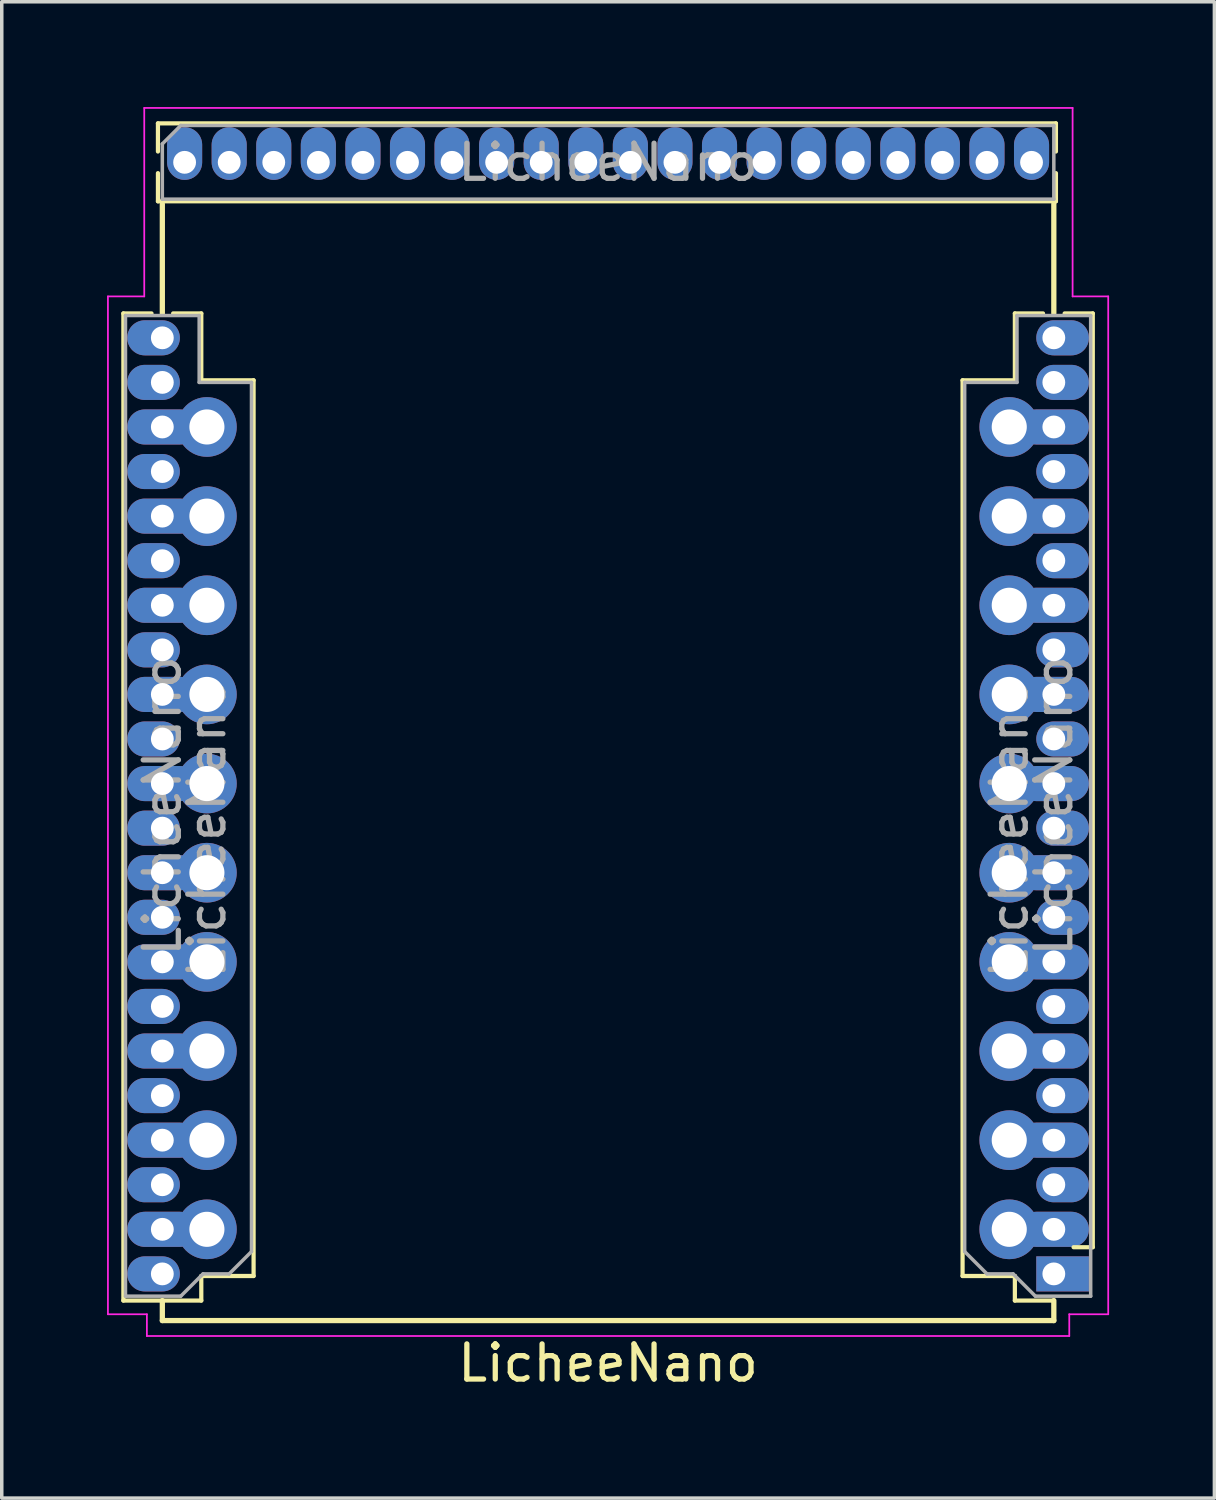
<source format=kicad_pcb>
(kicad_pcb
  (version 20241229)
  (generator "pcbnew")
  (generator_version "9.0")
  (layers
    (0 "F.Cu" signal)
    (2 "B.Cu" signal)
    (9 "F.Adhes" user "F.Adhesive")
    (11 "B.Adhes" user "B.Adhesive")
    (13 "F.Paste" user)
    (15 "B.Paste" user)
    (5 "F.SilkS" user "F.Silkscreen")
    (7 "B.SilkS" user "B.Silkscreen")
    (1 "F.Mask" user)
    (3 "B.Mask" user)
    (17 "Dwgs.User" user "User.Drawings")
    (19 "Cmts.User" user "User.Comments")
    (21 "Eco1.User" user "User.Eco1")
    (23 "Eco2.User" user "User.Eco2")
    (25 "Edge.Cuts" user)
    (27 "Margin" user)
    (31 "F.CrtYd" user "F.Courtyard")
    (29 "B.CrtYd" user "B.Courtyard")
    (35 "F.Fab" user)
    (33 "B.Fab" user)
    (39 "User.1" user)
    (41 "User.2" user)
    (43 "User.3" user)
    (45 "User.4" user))
  (footprint "LicheeNano"
    (layer "F.Cu")
    (at 14.275 18.075)
    (property "Reference" "LicheeNano" (at 0 17.71 0) (layer "F.SilkS") (effects (font (size 1 1) (thickness 0.15))))
    (attr through_hole)
    (fp_line (start -13.81 15.93) (end -13.81 -12.195) (stroke (width 0.12) (type solid)) (layer "F.SilkS"))
    (fp_line (start -13.008 -12.195) (end -13.81 -12.195) (stroke (width 0.12) (type solid)) (layer "F.SilkS"))
    (fp_line (start -12.825 -17.61) (end -12.825 -16.808) (stroke (width 0.12) (type solid)) (layer "F.SilkS"))
    (fp_line (start -12.825 -17.61) (end 12.76 -17.61) (stroke (width 0.12) (type solid)) (layer "F.SilkS"))
    (fp_line (start -12.825 -16.192) (end -12.825 -15.39) (stroke (width 0.12) (type solid)) (layer "F.SilkS"))
    (fp_line (start -12.825 -15.39) (end 12.76 -15.39) (stroke (width 0.12) (type solid)) (layer "F.SilkS"))
    (fp_line (start -12.7 -12.195) (end -12.7 -15.31) (stroke (width 0.15) (type solid)) (layer "F.SilkS"))
    (fp_line (start -12.7 16.5) (end -12.7 15.93) (stroke (width 0.15) (type solid)) (layer "F.SilkS"))
    (fp_line (start -11.59 -12.195) (end -12.392 -12.195) (stroke (width 0.12) (type solid)) (layer "F.SilkS"))
    (fp_line (start -11.59 -10.29) (end -11.59 -12.195) (stroke (width 0.12) (type solid)) (layer "F.SilkS"))
    (fp_line (start -11.59 15.23) (end -11.59 15.93) (stroke (width 0.12) (type solid)) (layer "F.SilkS"))
    (fp_line (start -11.59 15.93) (end -13.81 15.93) (stroke (width 0.12) (type solid)) (layer "F.SilkS"))
    (fp_line (start -10.1 -10.29) (end -11.59 -10.29) (stroke (width 0.12) (type solid)) (layer "F.SilkS"))
    (fp_line (start -10.1 15.23) (end -11.59 15.23) (stroke (width 0.12) (type solid)) (layer "F.SilkS"))
    (fp_line (start -10.1 15.23) (end -10.1 -10.29) (stroke (width 0.12) (type solid)) (layer "F.SilkS"))
    (fp_line (start 10.1 -10.29) (end 11.59 -10.29) (stroke (width 0.12) (type solid)) (layer "F.SilkS"))
    (fp_line (start 10.1 15.23) (end 10.1 -10.29) (stroke (width 0.12) (type solid)) (layer "F.SilkS"))
    (fp_line (start 10.1 15.23) (end 11.59 15.23) (stroke (width 0.12) (type solid)) (layer "F.SilkS"))
    (fp_line (start 11.59 -12.195) (end 12.392 -12.195) (stroke (width 0.12) (type solid)) (layer "F.SilkS"))
    (fp_line (start 11.59 -10.29) (end 11.59 -12.195) (stroke (width 0.12) (type solid)) (layer "F.SilkS"))
    (fp_line (start 11.59 15.23) (end 11.59 15.93) (stroke (width 0.12) (type solid)) (layer "F.SilkS"))
    (fp_line (start 11.59 15.93) (end 12.7 15.93) (stroke (width 0.12) (type solid)) (layer "F.SilkS"))
    (fp_line (start 12.7 -12.195) (end 12.7 -15.31) (stroke (width 0.15) (type solid)) (layer "F.SilkS"))
    (fp_line (start 12.7 16.5) (end -12.7 16.5) (stroke (width 0.15) (type solid)) (layer "F.SilkS"))
    (fp_line (start 12.7 16.5) (end 12.7 15.93) (stroke (width 0.15) (type solid)) (layer "F.SilkS"))
    (fp_line (start 12.76 -17.61) (end 12.76 -16.808) (stroke (width 0.12) (type solid)) (layer "F.SilkS"))
    (fp_line (start 12.76 -16.192) (end 12.76 -15.39) (stroke (width 0.12) (type solid)) (layer "F.SilkS"))
    (fp_line (start 13.008 -12.195) (end 13.81 -12.195) (stroke (width 0.12) (type solid)) (layer "F.SilkS"))
    (fp_line (start 13.263 14.41) (end 13.81 14.41) (stroke (width 0.12) (type solid)) (layer "F.SilkS"))
    (fp_line (start 13.81 14.41) (end 13.81 -12.195) (stroke (width 0.12) (type solid)) (layer "F.SilkS"))
    (fp_line (start -14.25 -12.68) (end -14.25 16.32) (stroke (width 0.05) (type solid)) (layer "F.CrtYd"))
    (fp_line (start -14.25 16.32) (end -13.14 16.32) (stroke (width 0.05) (type solid)) (layer "F.CrtYd"))
    (fp_line (start -13.215 -18.05) (end 13.235 -18.05) (stroke (width 0.05) (type solid)) (layer "F.CrtYd"))
    (fp_line (start -13.215 -12.68) (end -14.25 -12.68) (stroke (width 0.05) (type solid)) (layer "F.CrtYd"))
    (fp_line (start -13.215 -12.68) (end -13.215 -18.05) (stroke (width 0.05) (type solid)) (layer "F.CrtYd"))
    (fp_line (start -13.14 16.94) (end -13.14 16.32) (stroke (width 0.05) (type solid)) (layer "F.CrtYd"))
    (fp_line (start 13.14 16.94) (end -13.14 16.94) (stroke (width 0.05) (type solid)) (layer "F.CrtYd"))
    (fp_line (start 13.14 16.94) (end 13.14 16.32) (stroke (width 0.05) (type solid)) (layer "F.CrtYd"))
    (fp_line (start 13.235 -18.05) (end 13.235 -12.68) (stroke (width 0.05) (type solid)) (layer "F.CrtYd"))
    (fp_line (start 13.235 -12.68) (end 14.25 -12.68) (stroke (width 0.05) (type solid)) (layer "F.CrtYd"))
    (fp_line (start 14.25 -12.68) (end 14.25 16.32) (stroke (width 0.05) (type solid)) (layer "F.CrtYd"))
    (fp_line (start 14.25 16.32) (end 13.14 16.32) (stroke (width 0.05) (type solid)) (layer "F.CrtYd"))
    (fp_line (start -13.75 -12.135) (end -11.65 -12.135) (stroke (width 0.1) (type solid)) (layer "F.Fab"))
    (fp_line (start -13.75 15.805) (end -13.75 -12.135) (stroke (width 0.1) (type solid)) (layer "F.Fab"))
    (fp_line (start -12.7 -17.025) (end -12.7 -15.45) (stroke (width 0.1) (type solid)) (layer "F.Fab"))
    (fp_line (start -12.7 -15.45) (end 12.7 -15.45) (stroke (width 0.1) (type solid)) (layer "F.Fab"))
    (fp_line (start -12.175 -17.55) (end -12.7 -17.025) (stroke (width 0.1) (type solid)) (layer "F.Fab"))
    (fp_line (start -12.175 15.805) (end -13.75 15.805) (stroke (width 0.1) (type solid)) (layer "F.Fab"))
    (fp_line (start -11.65 -10.23) (end -11.65 -12.135) (stroke (width 0.1) (type solid)) (layer "F.Fab"))
    (fp_line (start -11.65 -10.23) (end -10.16 -10.23) (stroke (width 0.1) (type solid)) (layer "F.Fab"))
    (fp_line (start -11.54 15.17) (end -12.175 15.805) (stroke (width 0.1) (type solid)) (layer "F.Fab"))
    (fp_line (start -10.795 15.17) (end -11.54 15.17) (stroke (width 0.1) (type solid)) (layer "F.Fab"))
    (fp_line (start -10.16 -10.23) (end -10.16 14.535) (stroke (width 0.1) (type solid)) (layer "F.Fab"))
    (fp_line (start -10.16 14.535) (end -10.795 15.17) (stroke (width 0.1) (type solid)) (layer "F.Fab"))
    (fp_line (start 10.16 -10.23) (end 10.16 14.535) (stroke (width 0.1) (type solid)) (layer "F.Fab"))
    (fp_line (start 10.16 14.535) (end 10.795 15.17) (stroke (width 0.1) (type solid)) (layer "F.Fab"))
    (fp_line (start 10.795 15.17) (end 11.54 15.17) (stroke (width 0.1) (type solid)) (layer "F.Fab"))
    (fp_line (start 11.54 15.17) (end 12.175 15.805) (stroke (width 0.1) (type solid)) (layer "F.Fab"))
    (fp_line (start 11.65 -10.23) (end 10.16 -10.23) (stroke (width 0.1) (type solid)) (layer "F.Fab"))
    (fp_line (start 11.65 -10.23) (end 11.65 -12.135) (stroke (width 0.1) (type solid)) (layer "F.Fab"))
    (fp_line (start 12.175 15.805) (end 13.75 15.805) (stroke (width 0.1) (type solid)) (layer "F.Fab"))
    (fp_line (start 12.7 -17.55) (end -12.175 -17.55) (stroke (width 0.1) (type solid)) (layer "F.Fab"))
    (fp_line (start 12.7 -15.45) (end 12.7 -17.55) (stroke (width 0.1) (type solid)) (layer "F.Fab"))
    (fp_line (start 13.75 -12.135) (end 11.65 -12.135) (stroke (width 0.1) (type solid)) (layer "F.Fab"))
    (fp_line (start 13.75 15.805) (end 13.75 -12.135) (stroke (width 0.1) (type solid)) (layer "F.Fab"))
    (fp_text user "${REFERENCE}" (at -12.7 1.835 270) (layer "F.Fab") (effects (font (size 1 1) (thickness 0.15))))
    (fp_text user "${REFERENCE}" (at 0 -16.5 0) (layer "F.Fab") (effects (font (size 1 1) (thickness 0.15))))
    (fp_text user "${REFERENCE}" (at 11.43 2.47 270) (layer "F.Fab") (effects (font (size 1 1) (thickness 0.15))))
    (fp_text user "${REFERENCE}" (at -11.43 2.47 270) (layer "F.Fab") (effects (font (size 1 1) (thickness 0.15))))
    (fp_text user "${REFERENCE}" (at 12.7 1.835 270) (layer "F.Fab") (effects (font (size 1 1) (thickness 0.15))))
    (pad "1" thru_hole rect (at 12.7 15.17 180) (size 1.5 1) (drill 0.65 (offset -0.25 0)) (layers "*.Cu" "*.Mask"))
    (pad "2" thru_hole circle (at 11.43 13.9 180) (size 1.7 1.7) (drill 1) (layers "*.Cu" "*.Mask"))
    (pad "2" thru_hole oval (at 12.7 13.9 180) (size 2 1) (drill 0.65) (layers "*.Cu" "*.Mask"))
    (pad "3" thru_hole oval (at 12.7 12.63 180) (size 1.5 1) (drill 0.65 (offset -0.25 0)) (layers "*.Cu" "*.Mask"))
    (pad "4" thru_hole oval (at 11.43 11.36 180) (size 1.7 1.7) (drill 1) (layers "*.Cu" "*.Mask"))
    (pad "4" thru_hole oval (at 12.7 11.36 180) (size 2 1) (drill 0.65) (layers "*.Cu" "*.Mask"))
    (pad "5" thru_hole oval (at 12.7 10.09 180) (size 1.5 1) (drill 0.65 (offset -0.25 0)) (layers "*.Cu" "*.Mask"))
    (pad "6" thru_hole oval (at 11.43 8.82 180) (size 1.7 1.7) (drill 1) (layers "*.Cu" "*.Mask"))
    (pad "6" thru_hole oval (at 12.7 8.82 180) (size 2 1) (drill 0.65) (layers "*.Cu" "*.Mask"))
    (pad "7" thru_hole oval (at 12.7 7.55 180) (size 1.5 1) (drill 0.65 (offset -0.25 0)) (layers "*.Cu" "*.Mask"))
    (pad "8" thru_hole oval (at 11.43 6.28 180) (size 1.7 1.7) (drill 1) (layers "*.Cu" "*.Mask"))
    (pad "8" thru_hole oval (at 12.7 6.28 180) (size 2 1) (drill 0.65) (layers "*.Cu" "*.Mask"))
    (pad "9" thru_hole oval (at 12.7 5.01 180) (size 1.5 1) (drill 0.65 (offset -0.25 0)) (layers "*.Cu" "*.Mask"))
    (pad "10" thru_hole oval (at 11.43 3.74 180) (size 1.7 1.7) (drill 1) (layers "*.Cu" "*.Mask"))
    (pad "10" thru_hole oval (at 12.7 3.74 180) (size 2 1) (drill 0.65) (layers "*.Cu" "*.Mask"))
    (pad "11" thru_hole oval (at 12.7 2.47 180) (size 1.5 1) (drill 0.65 (offset -0.25 0)) (layers "*.Cu" "*.Mask"))
    (pad "12" thru_hole oval (at 11.43 1.2 180) (size 1.7 1.7) (drill 1) (layers "*.Cu" "*.Mask"))
    (pad "12" thru_hole oval (at 12.7 1.2 180) (size 2 1) (drill 0.65) (layers "*.Cu" "*.Mask"))
    (pad "13" thru_hole oval (at 12.7 -0.07 180) (size 1.5 1) (drill 0.65 (offset -0.25 0)) (layers "*.Cu" "*.Mask"))
    (pad "14" thru_hole oval (at 11.43 -1.34 180) (size 1.7 1.7) (drill 1) (layers "*.Cu" "*.Mask"))
    (pad "14" thru_hole oval (at 12.7 -1.34 180) (size 2 1) (drill 0.65) (layers "*.Cu" "*.Mask"))
    (pad "15" thru_hole oval (at 12.7 -2.61 180) (size 1.5 1) (drill 0.65 (offset -0.25 0)) (layers "*.Cu" "*.Mask"))
    (pad "16" thru_hole oval (at 11.43 -3.88 180) (size 1.7 1.7) (drill 1) (layers "*.Cu" "*.Mask"))
    (pad "16" thru_hole oval (at 12.7 -3.88 180) (size 2 1) (drill 0.65) (layers "*.Cu" "*.Mask"))
    (pad "17" thru_hole oval (at 12.7 -5.15 180) (size 1.5 1) (drill 0.65 (offset -0.25 0)) (layers "*.Cu" "*.Mask"))
    (pad "18" thru_hole oval (at 11.43 -6.42 180) (size 1.7 1.7) (drill 1) (layers "*.Cu" "*.Mask"))
    (pad "18" thru_hole oval (at 12.7 -6.42 180) (size 2 1) (drill 0.65) (layers "*.Cu" "*.Mask"))
    (pad "19" thru_hole oval (at 12.7 -7.69 180) (size 1.5 1) (drill 0.65 (offset -0.25 0)) (layers "*.Cu" "*.Mask"))
    (pad "20" thru_hole oval (at 11.43 -8.96 180) (size 1.7 1.7) (drill 1) (layers "*.Cu" "*.Mask"))
    (pad "20" thru_hole oval (at 12.7 -8.96 180) (size 2 1) (drill 0.65) (layers "*.Cu" "*.Mask"))
    (pad "21" thru_hole oval (at 12.7 -10.23 180) (size 1.5 1) (drill 0.65 (offset -0.25 0)) (layers "*.Cu" "*.Mask"))
    (pad "22" thru_hole oval (at 12.7 -11.5 180) (size 1.5 1) (drill 0.65 (offset -0.25 0)) (layers "*.Cu" "*.Mask"))
    (pad "23" thru_hole oval (at 12.065 -16.5 270) (size 1.5 1) (drill 0.65 (offset -0.25 0)) (layers "*.Cu" "*.Mask"))
    (pad "24" thru_hole oval (at 10.795 -16.5 270) (size 1.5 1) (drill 0.65 (offset -0.25 0)) (layers "*.Cu" "*.Mask"))
    (pad "25" thru_hole oval (at 9.525 -16.5 270) (size 1.5 1) (drill 0.65 (offset -0.25 0)) (layers "*.Cu" "*.Mask"))
    (pad "26" thru_hole oval (at 8.255 -16.5 270) (size 1.5 1) (drill 0.65 (offset -0.25 0)) (layers "*.Cu" "*.Mask"))
    (pad "27" thru_hole oval (at 6.985 -16.5 270) (size 1.5 1) (drill 0.65 (offset -0.25 0)) (layers "*.Cu" "*.Mask"))
    (pad "28" thru_hole oval (at 5.715 -16.5 270) (size 1.5 1) (drill 0.65 (offset -0.25 0)) (layers "*.Cu" "*.Mask"))
    (pad "29" thru_hole oval (at 4.445 -16.5 270) (size 1.5 1) (drill 0.65 (offset -0.25 0)) (layers "*.Cu" "*.Mask"))
    (pad "30" thru_hole oval (at 3.175 -16.5 270) (size 1.5 1) (drill 0.65 (offset -0.25 0)) (layers "*.Cu" "*.Mask"))
    (pad "31" thru_hole oval (at 1.905 -16.5 270) (size 1.5 1) (drill 0.65 (offset -0.25 0)) (layers "*.Cu" "*.Mask"))
    (pad "32" thru_hole oval (at 0.635 -16.5 270) (size 1.5 1) (drill 0.65 (offset -0.25 0)) (layers "*.Cu" "*.Mask"))
    (pad "33" thru_hole oval (at -0.635 -16.5 270) (size 1.5 1) (drill 0.65 (offset -0.25 0)) (layers "*.Cu" "*.Mask"))
    (pad "34" thru_hole oval (at -1.905 -16.5 270) (size 1.5 1) (drill 0.65 (offset -0.25 0)) (layers "*.Cu" "*.Mask"))
    (pad "35" thru_hole oval (at -3.175 -16.5 270) (size 1.5 1) (drill 0.65 (offset -0.25 0)) (layers "*.Cu" "*.Mask"))
    (pad "36" thru_hole oval (at -4.445 -16.5 270) (size 1.5 1) (drill 0.65 (offset -0.25 0)) (layers "*.Cu" "*.Mask"))
    (pad "37" thru_hole oval (at -5.715 -16.5 270) (size 1.5 1) (drill 0.65 (offset -0.25 0)) (layers "*.Cu" "*.Mask"))
    (pad "38" thru_hole oval (at -6.985 -16.5 270) (size 1.5 1) (drill 0.65 (offset -0.25 0)) (layers "*.Cu" "*.Mask"))
    (pad "39" thru_hole oval (at -8.255 -16.5 270) (size 1.5 1) (drill 0.65 (offset -0.25 0)) (layers "*.Cu" "*.Mask"))
    (pad "40" thru_hole oval (at -9.525 -16.5 270) (size 1.5 1) (drill 0.65 (offset -0.25 0)) (layers "*.Cu" "*.Mask"))
    (pad "41" thru_hole oval (at -10.795 -16.5 270) (size 1.5 1) (drill 0.65 (offset -0.25 0)) (layers "*.Cu" "*.Mask"))
    (pad "42" thru_hole oval (at -12.065 -16.5 270) (size 1.5 1) (drill 0.65 (offset -0.25 0)) (layers "*.Cu" "*.Mask"))
    (pad "43" thru_hole oval (at -12.7 -11.5) (size 1.5 1) (drill 0.65 (offset -0.25 0)) (layers "*.Cu" "*.Mask"))
    (pad "44" thru_hole oval (at -12.7 -10.23) (size 1.5 1) (drill 0.65 (offset -0.25 0)) (layers "*.Cu" "*.Mask"))
    (pad "45" thru_hole oval (at -12.7 -8.96 180) (size 2 1) (drill 0.65) (layers "*.Cu" "*.Mask"))
    (pad "45" thru_hole oval (at -11.43 -8.96 180) (size 1.7 1.7) (drill 1) (layers "*.Cu" "*.Mask"))
    (pad "46" thru_hole oval (at -12.7 -7.69) (size 1.5 1) (drill 0.65 (offset -0.25 0)) (layers "*.Cu" "*.Mask"))
    (pad "47" thru_hole oval (at -12.7 -6.42 180) (size 2 1) (drill 0.65) (layers "*.Cu" "*.Mask"))
    (pad "47" thru_hole oval (at -11.43 -6.42 180) (size 1.7 1.7) (drill 1) (layers "*.Cu" "*.Mask"))
    (pad "48" thru_hole oval (at -12.7 -5.15) (size 1.5 1) (drill 0.65 (offset -0.25 0)) (layers "*.Cu" "*.Mask"))
    (pad "49" thru_hole oval (at -12.7 -3.88 180) (size 2 1) (drill 0.65) (layers "*.Cu" "*.Mask"))
    (pad "49" thru_hole oval (at -11.43 -3.88 180) (size 1.7 1.7) (drill 1) (layers "*.Cu" "*.Mask"))
    (pad "50" thru_hole oval (at -12.7 -2.61) (size 1.5 1) (drill 0.65 (offset -0.25 0)) (layers "*.Cu" "*.Mask"))
    (pad "51" thru_hole oval (at -12.7 -1.34 180) (size 2 1) (drill 0.65) (layers "*.Cu" "*.Mask"))
    (pad "51" thru_hole oval (at -11.43 -1.34 180) (size 1.7 1.7) (drill 1) (layers "*.Cu" "*.Mask"))
    (pad "52" thru_hole oval (at -12.7 -0.07) (size 1.5 1) (drill 0.65 (offset -0.25 0)) (layers "*.Cu" "*.Mask"))
    (pad "53" thru_hole oval (at -12.7 1.2 180) (size 2 1) (drill 0.65) (layers "*.Cu" "*.Mask"))
    (pad "53" thru_hole oval (at -11.43 1.2 180) (size 1.7 1.7) (drill 1) (layers "*.Cu" "*.Mask"))
    (pad "54" thru_hole oval (at -12.7 2.47) (size 1.5 1) (drill 0.65 (offset -0.25 0)) (layers "*.Cu" "*.Mask"))
    (pad "55" thru_hole oval (at -12.7 3.74 180) (size 2 1) (drill 0.65) (layers "*.Cu" "*.Mask"))
    (pad "55" thru_hole oval (at -11.43 3.74 180) (size 1.7 1.7) (drill 1) (layers "*.Cu" "*.Mask"))
    (pad "56" thru_hole oval (at -12.7 5.01) (size 1.5 1) (drill 0.65 (offset -0.25 0)) (layers "*.Cu" "*.Mask"))
    (pad "57" thru_hole oval (at -12.7 6.28 180) (size 2 1) (drill 0.65) (layers "*.Cu" "*.Mask"))
    (pad "57" thru_hole oval (at -11.43 6.28 180) (size 1.7 1.7) (drill 1) (layers "*.Cu" "*.Mask"))
    (pad "58" thru_hole oval (at -12.7 7.55) (size 1.5 1) (drill 0.65 (offset -0.25 0)) (layers "*.Cu" "*.Mask"))
    (pad "59" thru_hole oval (at -12.7 8.82 180) (size 2 1) (drill 0.65) (layers "*.Cu" "*.Mask"))
    (pad "59" thru_hole oval (at -11.43 8.82 180) (size 1.7 1.7) (drill 1) (layers "*.Cu" "*.Mask"))
    (pad "60" thru_hole oval (at -12.7 10.09) (size 1.5 1) (drill 0.65 (offset -0.25 0)) (layers "*.Cu" "*.Mask"))
    (pad "61" thru_hole oval (at -12.7 11.36 180) (size 2 1) (drill 0.65) (layers "*.Cu" "*.Mask"))
    (pad "61" thru_hole oval (at -11.43 11.36 180) (size 1.7 1.7) (drill 1) (layers "*.Cu" "*.Mask"))
    (pad "62" thru_hole oval (at -12.7 12.63) (size 1.5 1) (drill 0.65 (offset -0.25 0)) (layers "*.Cu" "*.Mask"))
    (pad "63" thru_hole oval (at -12.7 13.9 180) (size 2 1) (drill 0.65) (layers "*.Cu" "*.Mask"))
    (pad "63" thru_hole circle (at -11.43 13.9 180) (size 1.7 1.7) (drill 1) (layers "*.Cu" "*.Mask"))
    (pad "64" thru_hole oval (at -12.7 15.17) (size 1.5 1) (drill 0.65 (offset -0.25 0)) (layers "*.Cu" "*.Mask")))
  (gr_rect
    (start -3 -3)
    (end 31.55 39.633)
    (stroke (width 0.1) (type default))
    (fill no)
    (layer "Edge.Cuts")))
</source>
